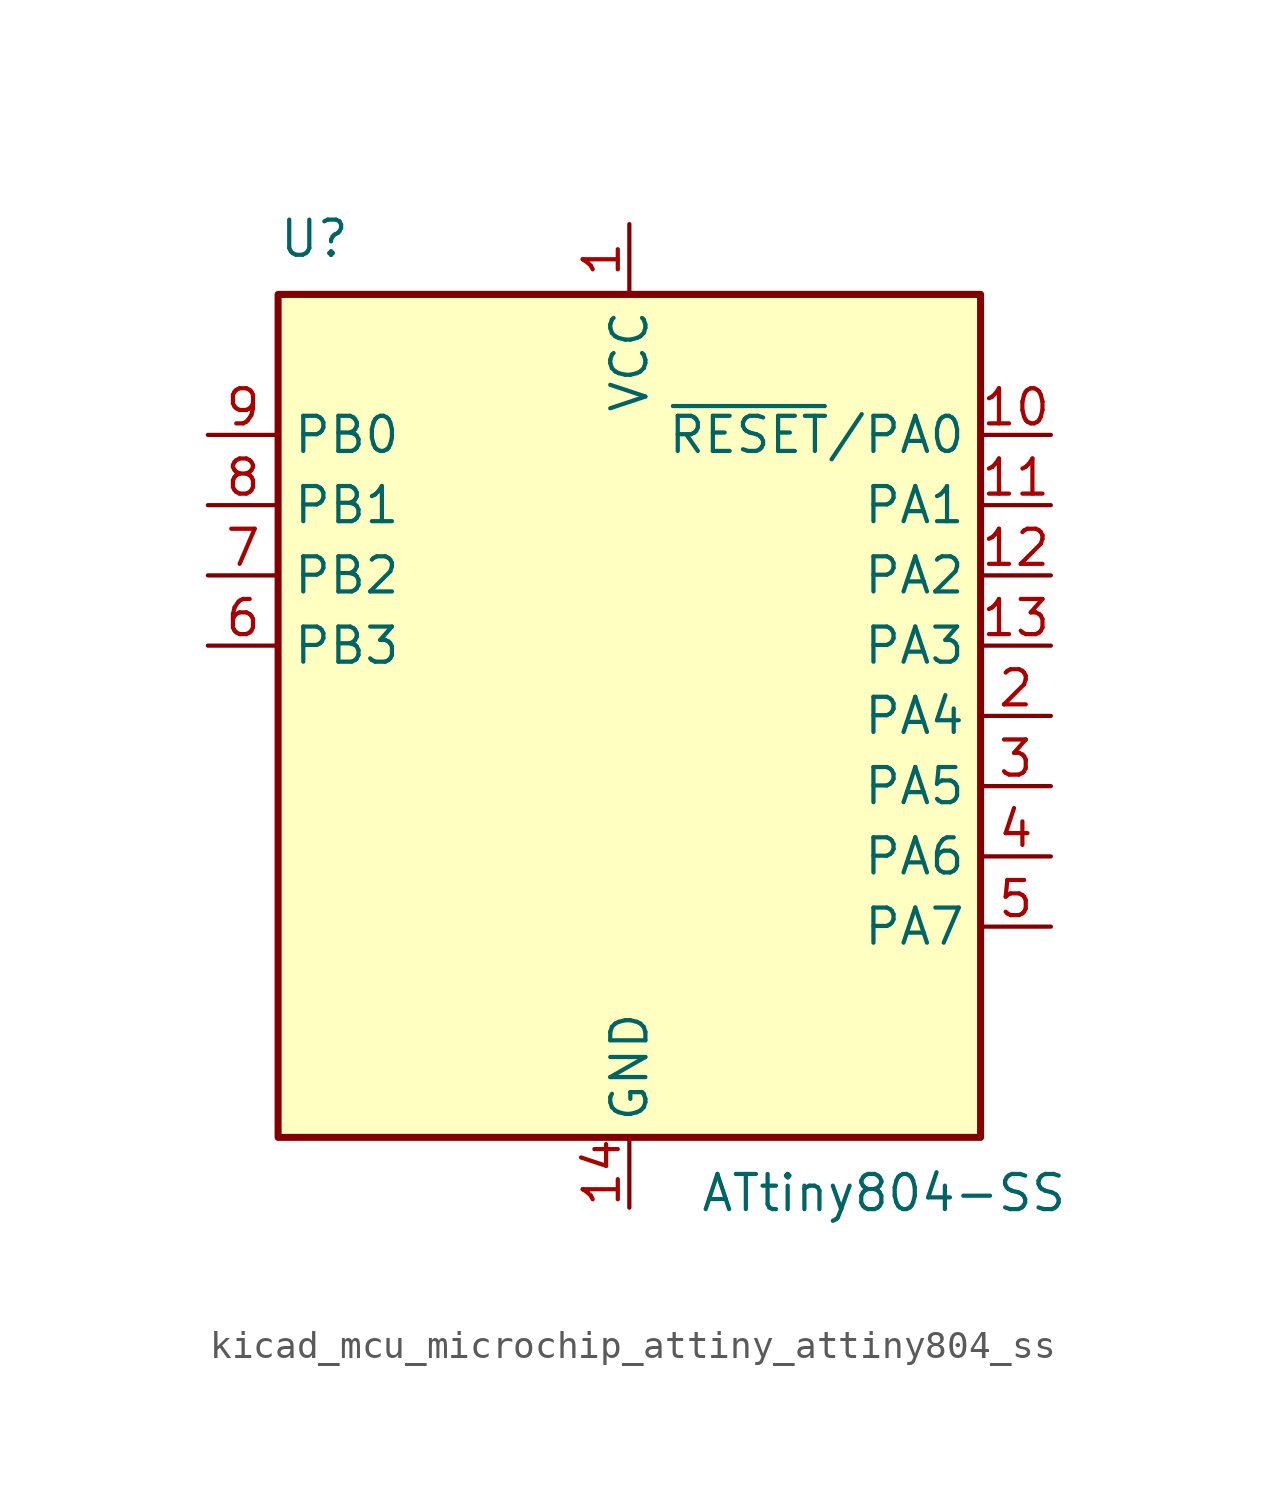
<source format=kicad_sym>
(kicad_symbol_lib
  (version 20220914)
  (generator kicad_symbol_editor)
  (symbol "kicad_mcu_microchip_attiny_attiny804_ss"
    (property "Reference" "U"
      (at -12.7 16.51 0)
      (effects (font (size 1.27 1.27)) (justify left bottom)))
    (property "Value" "ATtiny804-SS"
      (at 2.54 -16.51 0)
      (effects (font (size 1.27 1.27)) (justify left top)))
    (symbol "kicad_mcu_microchip_attiny_attiny804_ss_0_1"
      (rectangle (start -12.7 -15.24) (end 12.7 15.24) (stroke (width 0.254) (type default)) (fill (type background))))
    (symbol "kicad_mcu_microchip_attiny_attiny804_ss_1_1"
      (pin power_in line (at 0 17.78 270) (length 2.54) (name "VCC" (effects (font (size 1.27 1.27)))) (number "1" (effects (font (size 1.27 1.27)))))
      (pin bidirectional line (at 15.24 10.16 180) (length 2.54) (name "~{RESET}/PA0" (effects (font (size 1.27 1.27)))) (number "10" (effects (font (size 1.27 1.27)))))
      (pin bidirectional line (at 15.24 7.62 180) (length 2.54) (name "PA1" (effects (font (size 1.27 1.27)))) (number "11" (effects (font (size 1.27 1.27)))))
      (pin bidirectional line (at 15.24 5.08 180) (length 2.54) (name "PA2" (effects (font (size 1.27 1.27)))) (number "12" (effects (font (size 1.27 1.27)))))
      (pin bidirectional line (at 15.24 2.54 180) (length 2.54) (name "PA3" (effects (font (size 1.27 1.27)))) (number "13" (effects (font (size 1.27 1.27)))))
      (pin power_in line (at 0 -17.78 90) (length 2.54) (name "GND" (effects (font (size 1.27 1.27)))) (number "14" (effects (font (size 1.27 1.27)))))
      (pin bidirectional line (at 15.24 0 180) (length 2.54) (name "PA4" (effects (font (size 1.27 1.27)))) (number "2" (effects (font (size 1.27 1.27)))))
      (pin bidirectional line (at 15.24 -2.54 180) (length 2.54) (name "PA5" (effects (font (size 1.27 1.27)))) (number "3" (effects (font (size 1.27 1.27)))))
      (pin bidirectional line (at 15.24 -5.08 180) (length 2.54) (name "PA6" (effects (font (size 1.27 1.27)))) (number "4" (effects (font (size 1.27 1.27)))))
      (pin bidirectional line (at 15.24 -7.62 180) (length 2.54) (name "PA7" (effects (font (size 1.27 1.27)))) (number "5" (effects (font (size 1.27 1.27)))))
      (pin bidirectional line (at -15.24 2.54 0) (length 2.54) (name "PB3" (effects (font (size 1.27 1.27)))) (number "6" (effects (font (size 1.27 1.27)))))
      (pin bidirectional line (at -15.24 5.08 0) (length 2.54) (name "PB2" (effects (font (size 1.27 1.27)))) (number "7" (effects (font (size 1.27 1.27)))))
      (pin bidirectional line (at -15.24 7.62 0) (length 2.54) (name "PB1" (effects (font (size 1.27 1.27)))) (number "8" (effects (font (size 1.27 1.27)))))
      (pin bidirectional line (at -15.24 10.16 0) (length 2.54) (name "PB0" (effects (font (size 1.27 1.27)))) (number "9" (effects (font (size 1.27 1.27))))))))
</source>
